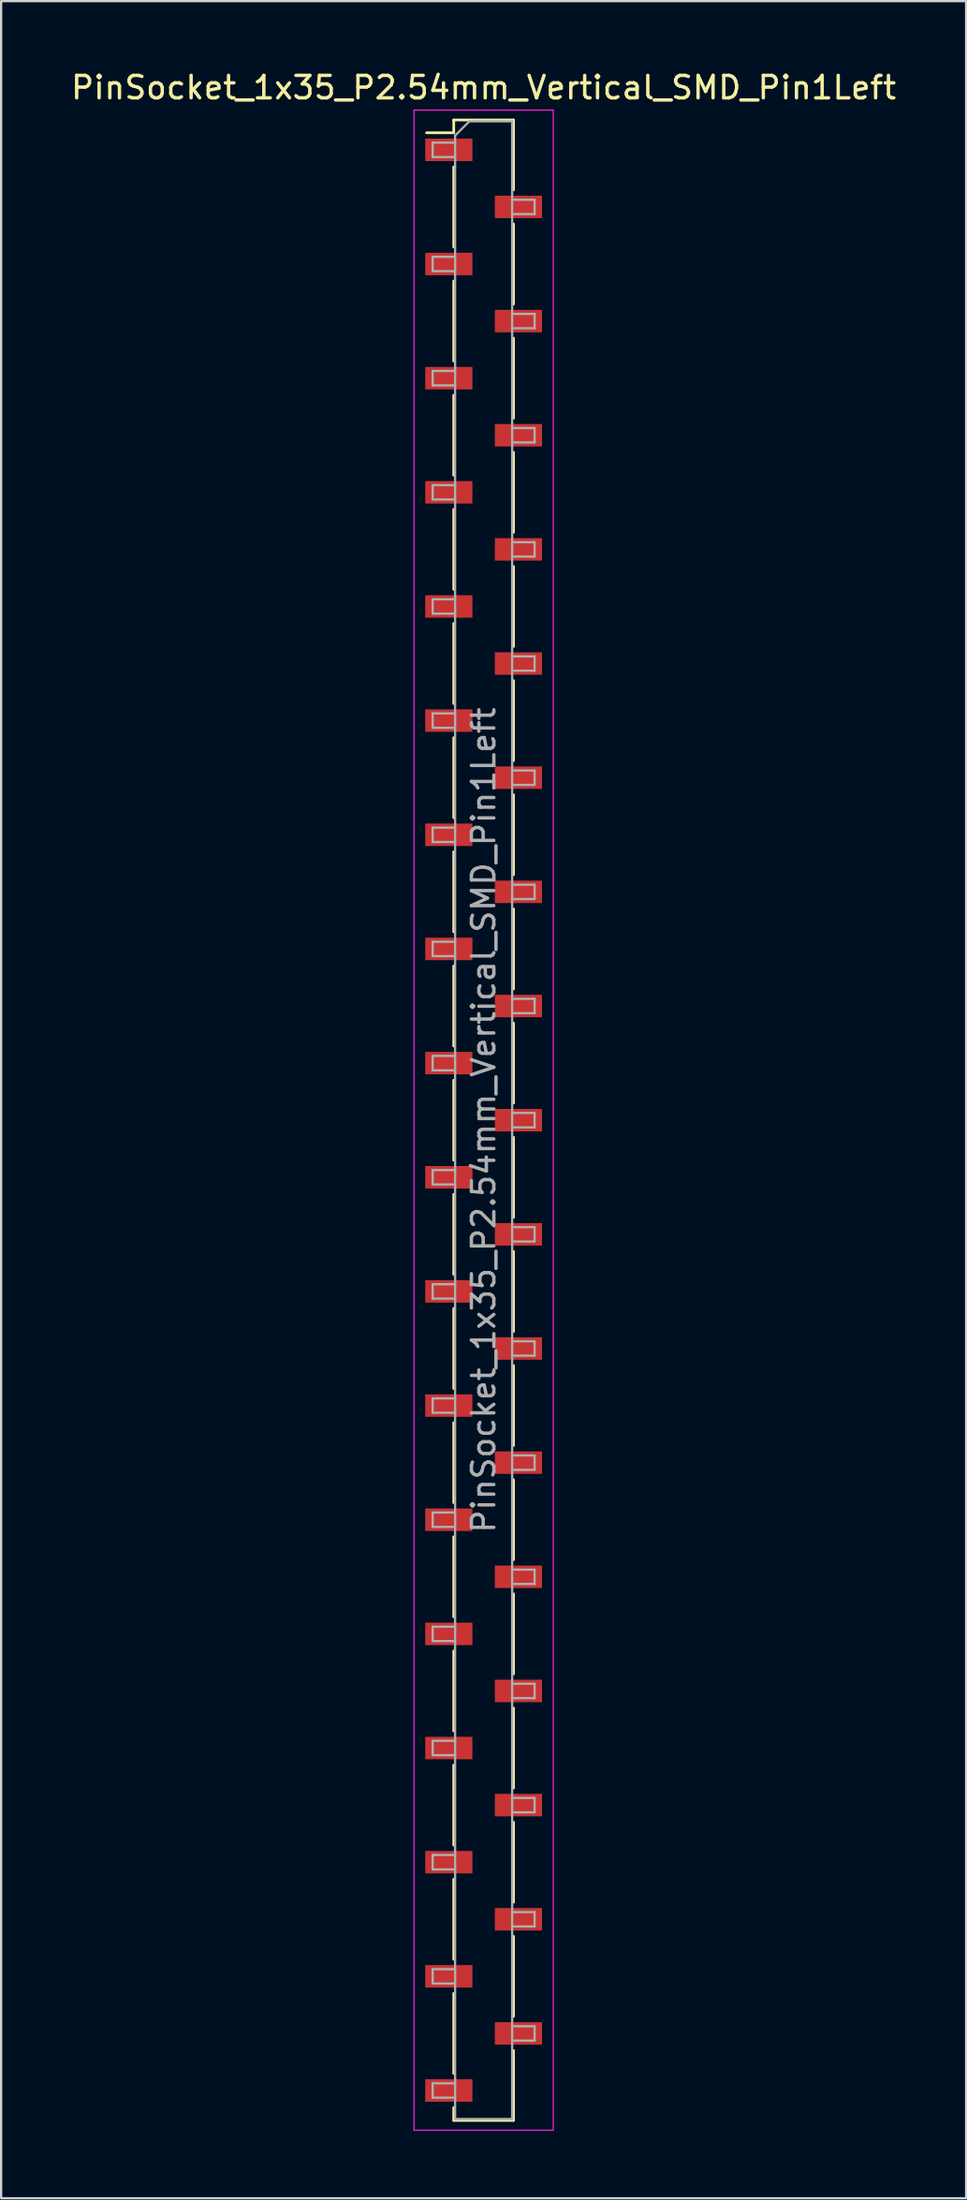
<source format=kicad_pcb>
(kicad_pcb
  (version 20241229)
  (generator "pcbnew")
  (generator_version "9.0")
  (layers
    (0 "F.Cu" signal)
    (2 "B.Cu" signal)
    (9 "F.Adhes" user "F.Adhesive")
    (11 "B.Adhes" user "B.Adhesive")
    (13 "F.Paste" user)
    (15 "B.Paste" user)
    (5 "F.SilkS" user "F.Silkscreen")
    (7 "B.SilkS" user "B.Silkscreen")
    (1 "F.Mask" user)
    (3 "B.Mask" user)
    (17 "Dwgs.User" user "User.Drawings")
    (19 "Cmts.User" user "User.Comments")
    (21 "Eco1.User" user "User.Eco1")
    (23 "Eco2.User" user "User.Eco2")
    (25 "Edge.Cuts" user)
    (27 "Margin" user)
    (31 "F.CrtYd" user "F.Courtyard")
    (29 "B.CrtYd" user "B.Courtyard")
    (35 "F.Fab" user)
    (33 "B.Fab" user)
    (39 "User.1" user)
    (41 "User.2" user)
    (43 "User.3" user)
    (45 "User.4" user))
  (footprint "PinSocket_1x35_P2.54mm_Vertical_SMD_Pin1Left"
    (layer "F.Cu")
    (at 18.482 46.798)
    (property "Reference" "PinSocket_1x35_P2.54mm_Vertical_SMD_Pin1Left" (at 0 -45.95 0) (layer "F.SilkS") (effects (font (size 1 1) (thickness 0.15))))
    (attr smd)
    (fp_line (start -2.54 -43.94) (end -1.33 -43.94) (stroke (width 0.12) (type solid)) (layer "F.SilkS"))
    (fp_line (start -1.33 -44.51) (end -1.33 -43.94) (stroke (width 0.12) (type solid)) (layer "F.SilkS"))
    (fp_line (start -1.33 -44.51) (end 1.33 -44.51) (stroke (width 0.12) (type solid)) (layer "F.SilkS"))
    (fp_line (start -1.33 -42.42) (end -1.33 -38.86) (stroke (width 0.12) (type solid)) (layer "F.SilkS"))
    (fp_line (start -1.33 -37.34) (end -1.33 -33.78) (stroke (width 0.12) (type solid)) (layer "F.SilkS"))
    (fp_line (start -1.33 -32.26) (end -1.33 -28.7) (stroke (width 0.12) (type solid)) (layer "F.SilkS"))
    (fp_line (start -1.33 -27.18) (end -1.33 -23.62) (stroke (width 0.12) (type solid)) (layer "F.SilkS"))
    (fp_line (start -1.33 -22.1) (end -1.33 -18.54) (stroke (width 0.12) (type solid)) (layer "F.SilkS"))
    (fp_line (start -1.33 -17.02) (end -1.33 -13.46) (stroke (width 0.12) (type solid)) (layer "F.SilkS"))
    (fp_line (start -1.33 -11.94) (end -1.33 -8.38) (stroke (width 0.12) (type solid)) (layer "F.SilkS"))
    (fp_line (start -1.33 -6.86) (end -1.33 -3.3) (stroke (width 0.12) (type solid)) (layer "F.SilkS"))
    (fp_line (start -1.33 -1.78) (end -1.33 1.78) (stroke (width 0.12) (type solid)) (layer "F.SilkS"))
    (fp_line (start -1.33 3.3) (end -1.33 6.86) (stroke (width 0.12) (type solid)) (layer "F.SilkS"))
    (fp_line (start -1.33 8.38) (end -1.33 11.94) (stroke (width 0.12) (type solid)) (layer "F.SilkS"))
    (fp_line (start -1.33 13.46) (end -1.33 17.02) (stroke (width 0.12) (type solid)) (layer "F.SilkS"))
    (fp_line (start -1.33 18.54) (end -1.33 22.1) (stroke (width 0.12) (type solid)) (layer "F.SilkS"))
    (fp_line (start -1.33 23.62) (end -1.33 27.18) (stroke (width 0.12) (type solid)) (layer "F.SilkS"))
    (fp_line (start -1.33 28.7) (end -1.33 32.26) (stroke (width 0.12) (type solid)) (layer "F.SilkS"))
    (fp_line (start -1.33 33.78) (end -1.33 37.34) (stroke (width 0.12) (type solid)) (layer "F.SilkS"))
    (fp_line (start -1.33 38.86) (end -1.33 42.42) (stroke (width 0.12) (type solid)) (layer "F.SilkS"))
    (fp_line (start -1.33 43.94) (end -1.33 44.51) (stroke (width 0.12) (type solid)) (layer "F.SilkS"))
    (fp_line (start -1.33 44.51) (end 1.33 44.51) (stroke (width 0.12) (type solid)) (layer "F.SilkS"))
    (fp_line (start 1.33 -44.51) (end 1.33 -41.4) (stroke (width 0.12) (type solid)) (layer "F.SilkS"))
    (fp_line (start 1.33 -39.88) (end 1.33 -36.32) (stroke (width 0.12) (type solid)) (layer "F.SilkS"))
    (fp_line (start 1.33 -34.8) (end 1.33 -31.24) (stroke (width 0.12) (type solid)) (layer "F.SilkS"))
    (fp_line (start 1.33 -29.72) (end 1.33 -26.16) (stroke (width 0.12) (type solid)) (layer "F.SilkS"))
    (fp_line (start 1.33 -24.64) (end 1.33 -21.08) (stroke (width 0.12) (type solid)) (layer "F.SilkS"))
    (fp_line (start 1.33 -19.56) (end 1.33 -16) (stroke (width 0.12) (type solid)) (layer "F.SilkS"))
    (fp_line (start 1.33 -14.48) (end 1.33 -10.92) (stroke (width 0.12) (type solid)) (layer "F.SilkS"))
    (fp_line (start 1.33 -9.4) (end 1.33 -5.84) (stroke (width 0.12) (type solid)) (layer "F.SilkS"))
    (fp_line (start 1.33 -4.32) (end 1.33 -0.76) (stroke (width 0.12) (type solid)) (layer "F.SilkS"))
    (fp_line (start 1.33 0.76) (end 1.33 4.32) (stroke (width 0.12) (type solid)) (layer "F.SilkS"))
    (fp_line (start 1.33 5.84) (end 1.33 9.4) (stroke (width 0.12) (type solid)) (layer "F.SilkS"))
    (fp_line (start 1.33 10.92) (end 1.33 14.48) (stroke (width 0.12) (type solid)) (layer "F.SilkS"))
    (fp_line (start 1.33 16) (end 1.33 19.56) (stroke (width 0.12) (type solid)) (layer "F.SilkS"))
    (fp_line (start 1.33 21.08) (end 1.33 24.64) (stroke (width 0.12) (type solid)) (layer "F.SilkS"))
    (fp_line (start 1.33 26.16) (end 1.33 29.72) (stroke (width 0.12) (type solid)) (layer "F.SilkS"))
    (fp_line (start 1.33 31.24) (end 1.33 34.8) (stroke (width 0.12) (type solid)) (layer "F.SilkS"))
    (fp_line (start 1.33 36.32) (end 1.33 39.88) (stroke (width 0.12) (type solid)) (layer "F.SilkS"))
    (fp_line (start 1.33 41.4) (end 1.33 44.51) (stroke (width 0.12) (type solid)) (layer "F.SilkS"))
    (fp_line (start -3.1 -44.95) (end 3.1 -44.95) (stroke (width 0.05) (type solid)) (layer "F.CrtYd"))
    (fp_line (start -3.1 44.95) (end -3.1 -44.95) (stroke (width 0.05) (type solid)) (layer "F.CrtYd"))
    (fp_line (start 3.1 -44.95) (end 3.1 44.95) (stroke (width 0.05) (type solid)) (layer "F.CrtYd"))
    (fp_line (start 3.1 44.95) (end -3.1 44.95) (stroke (width 0.05) (type solid)) (layer "F.CrtYd"))
    (fp_line (start -2.27 -43.5) (end -1.27 -43.5) (stroke (width 0.1) (type solid)) (layer "F.Fab"))
    (fp_line (start -2.27 -42.86) (end -2.27 -43.5) (stroke (width 0.1) (type solid)) (layer "F.Fab"))
    (fp_line (start -2.27 -38.42) (end -1.27 -38.42) (stroke (width 0.1) (type solid)) (layer "F.Fab"))
    (fp_line (start -2.27 -37.78) (end -2.27 -38.42) (stroke (width 0.1) (type solid)) (layer "F.Fab"))
    (fp_line (start -2.27 -33.34) (end -1.27 -33.34) (stroke (width 0.1) (type solid)) (layer "F.Fab"))
    (fp_line (start -2.27 -32.7) (end -2.27 -33.34) (stroke (width 0.1) (type solid)) (layer "F.Fab"))
    (fp_line (start -2.27 -28.26) (end -1.27 -28.26) (stroke (width 0.1) (type solid)) (layer "F.Fab"))
    (fp_line (start -2.27 -27.62) (end -2.27 -28.26) (stroke (width 0.1) (type solid)) (layer "F.Fab"))
    (fp_line (start -2.27 -23.18) (end -1.27 -23.18) (stroke (width 0.1) (type solid)) (layer "F.Fab"))
    (fp_line (start -2.27 -22.54) (end -2.27 -23.18) (stroke (width 0.1) (type solid)) (layer "F.Fab"))
    (fp_line (start -2.27 -18.1) (end -1.27 -18.1) (stroke (width 0.1) (type solid)) (layer "F.Fab"))
    (fp_line (start -2.27 -17.46) (end -2.27 -18.1) (stroke (width 0.1) (type solid)) (layer "F.Fab"))
    (fp_line (start -2.27 -13.02) (end -1.27 -13.02) (stroke (width 0.1) (type solid)) (layer "F.Fab"))
    (fp_line (start -2.27 -12.38) (end -2.27 -13.02) (stroke (width 0.1) (type solid)) (layer "F.Fab"))
    (fp_line (start -2.27 -7.94) (end -1.27 -7.94) (stroke (width 0.1) (type solid)) (layer "F.Fab"))
    (fp_line (start -2.27 -7.3) (end -2.27 -7.94) (stroke (width 0.1) (type solid)) (layer "F.Fab"))
    (fp_line (start -2.27 -2.86) (end -1.27 -2.86) (stroke (width 0.1) (type solid)) (layer "F.Fab"))
    (fp_line (start -2.27 -2.22) (end -2.27 -2.86) (stroke (width 0.1) (type solid)) (layer "F.Fab"))
    (fp_line (start -2.27 2.22) (end -1.27 2.22) (stroke (width 0.1) (type solid)) (layer "F.Fab"))
    (fp_line (start -2.27 2.86) (end -2.27 2.22) (stroke (width 0.1) (type solid)) (layer "F.Fab"))
    (fp_line (start -2.27 7.3) (end -1.27 7.3) (stroke (width 0.1) (type solid)) (layer "F.Fab"))
    (fp_line (start -2.27 7.94) (end -2.27 7.3) (stroke (width 0.1) (type solid)) (layer "F.Fab"))
    (fp_line (start -2.27 12.38) (end -1.27 12.38) (stroke (width 0.1) (type solid)) (layer "F.Fab"))
    (fp_line (start -2.27 13.02) (end -2.27 12.38) (stroke (width 0.1) (type solid)) (layer "F.Fab"))
    (fp_line (start -2.27 17.46) (end -1.27 17.46) (stroke (width 0.1) (type solid)) (layer "F.Fab"))
    (fp_line (start -2.27 18.1) (end -2.27 17.46) (stroke (width 0.1) (type solid)) (layer "F.Fab"))
    (fp_line (start -2.27 22.54) (end -1.27 22.54) (stroke (width 0.1) (type solid)) (layer "F.Fab"))
    (fp_line (start -2.27 23.18) (end -2.27 22.54) (stroke (width 0.1) (type solid)) (layer "F.Fab"))
    (fp_line (start -2.27 27.62) (end -1.27 27.62) (stroke (width 0.1) (type solid)) (layer "F.Fab"))
    (fp_line (start -2.27 28.26) (end -2.27 27.62) (stroke (width 0.1) (type solid)) (layer "F.Fab"))
    (fp_line (start -2.27 32.7) (end -1.27 32.7) (stroke (width 0.1) (type solid)) (layer "F.Fab"))
    (fp_line (start -2.27 33.34) (end -2.27 32.7) (stroke (width 0.1) (type solid)) (layer "F.Fab"))
    (fp_line (start -2.27 37.78) (end -1.27 37.78) (stroke (width 0.1) (type solid)) (layer "F.Fab"))
    (fp_line (start -2.27 38.42) (end -2.27 37.78) (stroke (width 0.1) (type solid)) (layer "F.Fab"))
    (fp_line (start -2.27 42.86) (end -1.27 42.86) (stroke (width 0.1) (type solid)) (layer "F.Fab"))
    (fp_line (start -2.27 43.5) (end -2.27 42.86) (stroke (width 0.1) (type solid)) (layer "F.Fab"))
    (fp_line (start -1.27 -43.815) (end -0.635 -44.45) (stroke (width 0.1) (type solid)) (layer "F.Fab"))
    (fp_line (start -1.27 -42.86) (end -2.27 -42.86) (stroke (width 0.1) (type solid)) (layer "F.Fab"))
    (fp_line (start -1.27 -37.78) (end -2.27 -37.78) (stroke (width 0.1) (type solid)) (layer "F.Fab"))
    (fp_line (start -1.27 -32.7) (end -2.27 -32.7) (stroke (width 0.1) (type solid)) (layer "F.Fab"))
    (fp_line (start -1.27 -27.62) (end -2.27 -27.62) (stroke (width 0.1) (type solid)) (layer "F.Fab"))
    (fp_line (start -1.27 -22.54) (end -2.27 -22.54) (stroke (width 0.1) (type solid)) (layer "F.Fab"))
    (fp_line (start -1.27 -17.46) (end -2.27 -17.46) (stroke (width 0.1) (type solid)) (layer "F.Fab"))
    (fp_line (start -1.27 -12.38) (end -2.27 -12.38) (stroke (width 0.1) (type solid)) (layer "F.Fab"))
    (fp_line (start -1.27 -7.3) (end -2.27 -7.3) (stroke (width 0.1) (type solid)) (layer "F.Fab"))
    (fp_line (start -1.27 -2.22) (end -2.27 -2.22) (stroke (width 0.1) (type solid)) (layer "F.Fab"))
    (fp_line (start -1.27 2.86) (end -2.27 2.86) (stroke (width 0.1) (type solid)) (layer "F.Fab"))
    (fp_line (start -1.27 7.94) (end -2.27 7.94) (stroke (width 0.1) (type solid)) (layer "F.Fab"))
    (fp_line (start -1.27 13.02) (end -2.27 13.02) (stroke (width 0.1) (type solid)) (layer "F.Fab"))
    (fp_line (start -1.27 18.1) (end -2.27 18.1) (stroke (width 0.1) (type solid)) (layer "F.Fab"))
    (fp_line (start -1.27 23.18) (end -2.27 23.18) (stroke (width 0.1) (type solid)) (layer "F.Fab"))
    (fp_line (start -1.27 28.26) (end -2.27 28.26) (stroke (width 0.1) (type solid)) (layer "F.Fab"))
    (fp_line (start -1.27 33.34) (end -2.27 33.34) (stroke (width 0.1) (type solid)) (layer "F.Fab"))
    (fp_line (start -1.27 38.42) (end -2.27 38.42) (stroke (width 0.1) (type solid)) (layer "F.Fab"))
    (fp_line (start -1.27 43.5) (end -2.27 43.5) (stroke (width 0.1) (type solid)) (layer "F.Fab"))
    (fp_line (start -1.27 44.45) (end -1.27 -43.815) (stroke (width 0.1) (type solid)) (layer "F.Fab"))
    (fp_line (start -0.635 -44.45) (end 1.27 -44.45) (stroke (width 0.1) (type solid)) (layer "F.Fab"))
    (fp_line (start 1.27 -44.45) (end 1.27 44.45) (stroke (width 0.1) (type solid)) (layer "F.Fab"))
    (fp_line (start 1.27 -40.96) (end 2.27 -40.96) (stroke (width 0.1) (type solid)) (layer "F.Fab"))
    (fp_line (start 1.27 -35.88) (end 2.27 -35.88) (stroke (width 0.1) (type solid)) (layer "F.Fab"))
    (fp_line (start 1.27 -30.8) (end 2.27 -30.8) (stroke (width 0.1) (type solid)) (layer "F.Fab"))
    (fp_line (start 1.27 -25.72) (end 2.27 -25.72) (stroke (width 0.1) (type solid)) (layer "F.Fab"))
    (fp_line (start 1.27 -20.64) (end 2.27 -20.64) (stroke (width 0.1) (type solid)) (layer "F.Fab"))
    (fp_line (start 1.27 -15.56) (end 2.27 -15.56) (stroke (width 0.1) (type solid)) (layer "F.Fab"))
    (fp_line (start 1.27 -10.48) (end 2.27 -10.48) (stroke (width 0.1) (type solid)) (layer "F.Fab"))
    (fp_line (start 1.27 -5.4) (end 2.27 -5.4) (stroke (width 0.1) (type solid)) (layer "F.Fab"))
    (fp_line (start 1.27 -0.32) (end 2.27 -0.32) (stroke (width 0.1) (type solid)) (layer "F.Fab"))
    (fp_line (start 1.27 4.76) (end 2.27 4.76) (stroke (width 0.1) (type solid)) (layer "F.Fab"))
    (fp_line (start 1.27 9.84) (end 2.27 9.84) (stroke (width 0.1) (type solid)) (layer "F.Fab"))
    (fp_line (start 1.27 14.92) (end 2.27 14.92) (stroke (width 0.1) (type solid)) (layer "F.Fab"))
    (fp_line (start 1.27 20) (end 2.27 20) (stroke (width 0.1) (type solid)) (layer "F.Fab"))
    (fp_line (start 1.27 25.08) (end 2.27 25.08) (stroke (width 0.1) (type solid)) (layer "F.Fab"))
    (fp_line (start 1.27 30.16) (end 2.27 30.16) (stroke (width 0.1) (type solid)) (layer "F.Fab"))
    (fp_line (start 1.27 35.24) (end 2.27 35.24) (stroke (width 0.1) (type solid)) (layer "F.Fab"))
    (fp_line (start 1.27 40.32) (end 2.27 40.32) (stroke (width 0.1) (type solid)) (layer "F.Fab"))
    (fp_line (start 1.27 44.45) (end -1.27 44.45) (stroke (width 0.1) (type solid)) (layer "F.Fab"))
    (fp_line (start 2.27 -40.96) (end 2.27 -40.32) (stroke (width 0.1) (type solid)) (layer "F.Fab"))
    (fp_line (start 2.27 -40.32) (end 1.27 -40.32) (stroke (width 0.1) (type solid)) (layer "F.Fab"))
    (fp_line (start 2.27 -35.88) (end 2.27 -35.24) (stroke (width 0.1) (type solid)) (layer "F.Fab"))
    (fp_line (start 2.27 -35.24) (end 1.27 -35.24) (stroke (width 0.1) (type solid)) (layer "F.Fab"))
    (fp_line (start 2.27 -30.8) (end 2.27 -30.16) (stroke (width 0.1) (type solid)) (layer "F.Fab"))
    (fp_line (start 2.27 -30.16) (end 1.27 -30.16) (stroke (width 0.1) (type solid)) (layer "F.Fab"))
    (fp_line (start 2.27 -25.72) (end 2.27 -25.08) (stroke (width 0.1) (type solid)) (layer "F.Fab"))
    (fp_line (start 2.27 -25.08) (end 1.27 -25.08) (stroke (width 0.1) (type solid)) (layer "F.Fab"))
    (fp_line (start 2.27 -20.64) (end 2.27 -20) (stroke (width 0.1) (type solid)) (layer "F.Fab"))
    (fp_line (start 2.27 -20) (end 1.27 -20) (stroke (width 0.1) (type solid)) (layer "F.Fab"))
    (fp_line (start 2.27 -15.56) (end 2.27 -14.92) (stroke (width 0.1) (type solid)) (layer "F.Fab"))
    (fp_line (start 2.27 -14.92) (end 1.27 -14.92) (stroke (width 0.1) (type solid)) (layer "F.Fab"))
    (fp_line (start 2.27 -10.48) (end 2.27 -9.84) (stroke (width 0.1) (type solid)) (layer "F.Fab"))
    (fp_line (start 2.27 -9.84) (end 1.27 -9.84) (stroke (width 0.1) (type solid)) (layer "F.Fab"))
    (fp_line (start 2.27 -5.4) (end 2.27 -4.76) (stroke (width 0.1) (type solid)) (layer "F.Fab"))
    (fp_line (start 2.27 -4.76) (end 1.27 -4.76) (stroke (width 0.1) (type solid)) (layer "F.Fab"))
    (fp_line (start 2.27 -0.32) (end 2.27 0.32) (stroke (width 0.1) (type solid)) (layer "F.Fab"))
    (fp_line (start 2.27 0.32) (end 1.27 0.32) (stroke (width 0.1) (type solid)) (layer "F.Fab"))
    (fp_line (start 2.27 4.76) (end 2.27 5.4) (stroke (width 0.1) (type solid)) (layer "F.Fab"))
    (fp_line (start 2.27 5.4) (end 1.27 5.4) (stroke (width 0.1) (type solid)) (layer "F.Fab"))
    (fp_line (start 2.27 9.84) (end 2.27 10.48) (stroke (width 0.1) (type solid)) (layer "F.Fab"))
    (fp_line (start 2.27 10.48) (end 1.27 10.48) (stroke (width 0.1) (type solid)) (layer "F.Fab"))
    (fp_line (start 2.27 14.92) (end 2.27 15.56) (stroke (width 0.1) (type solid)) (layer "F.Fab"))
    (fp_line (start 2.27 15.56) (end 1.27 15.56) (stroke (width 0.1) (type solid)) (layer "F.Fab"))
    (fp_line (start 2.27 20) (end 2.27 20.64) (stroke (width 0.1) (type solid)) (layer "F.Fab"))
    (fp_line (start 2.27 20.64) (end 1.27 20.64) (stroke (width 0.1) (type solid)) (layer "F.Fab"))
    (fp_line (start 2.27 25.08) (end 2.27 25.72) (stroke (width 0.1) (type solid)) (layer "F.Fab"))
    (fp_line (start 2.27 25.72) (end 1.27 25.72) (stroke (width 0.1) (type solid)) (layer "F.Fab"))
    (fp_line (start 2.27 30.16) (end 2.27 30.8) (stroke (width 0.1) (type solid)) (layer "F.Fab"))
    (fp_line (start 2.27 30.8) (end 1.27 30.8) (stroke (width 0.1) (type solid)) (layer "F.Fab"))
    (fp_line (start 2.27 35.24) (end 2.27 35.88) (stroke (width 0.1) (type solid)) (layer "F.Fab"))
    (fp_line (start 2.27 35.88) (end 1.27 35.88) (stroke (width 0.1) (type solid)) (layer "F.Fab"))
    (fp_line (start 2.27 40.32) (end 2.27 40.96) (stroke (width 0.1) (type solid)) (layer "F.Fab"))
    (fp_line (start 2.27 40.96) (end 1.27 40.96) (stroke (width 0.1) (type solid)) (layer "F.Fab"))
    (fp_text user "${REFERENCE}" (at 0 0 90) (layer "F.Fab") (effects (font (size 1 1) (thickness 0.15))))
    (pad "1" smd rect (at -1.55 -43.18) (size 2.1 1) (layers "F.Cu" "F.Mask" "F.Paste"))
    (pad "2" smd rect (at 1.55 -40.64) (size 2.1 1) (layers "F.Cu" "F.Mask" "F.Paste"))
    (pad "3" smd rect (at -1.55 -38.1) (size 2.1 1) (layers "F.Cu" "F.Mask" "F.Paste"))
    (pad "4" smd rect (at 1.55 -35.56) (size 2.1 1) (layers "F.Cu" "F.Mask" "F.Paste"))
    (pad "5" smd rect (at -1.55 -33.02) (size 2.1 1) (layers "F.Cu" "F.Mask" "F.Paste"))
    (pad "6" smd rect (at 1.55 -30.48) (size 2.1 1) (layers "F.Cu" "F.Mask" "F.Paste"))
    (pad "7" smd rect (at -1.55 -27.94) (size 2.1 1) (layers "F.Cu" "F.Mask" "F.Paste"))
    (pad "8" smd rect (at 1.55 -25.4) (size 2.1 1) (layers "F.Cu" "F.Mask" "F.Paste"))
    (pad "9" smd rect (at -1.55 -22.86) (size 2.1 1) (layers "F.Cu" "F.Mask" "F.Paste"))
    (pad "10" smd rect (at 1.55 -20.32) (size 2.1 1) (layers "F.Cu" "F.Mask" "F.Paste"))
    (pad "11" smd rect (at -1.55 -17.78) (size 2.1 1) (layers "F.Cu" "F.Mask" "F.Paste"))
    (pad "12" smd rect (at 1.55 -15.24) (size 2.1 1) (layers "F.Cu" "F.Mask" "F.Paste"))
    (pad "13" smd rect (at -1.55 -12.7) (size 2.1 1) (layers "F.Cu" "F.Mask" "F.Paste"))
    (pad "14" smd rect (at 1.55 -10.16) (size 2.1 1) (layers "F.Cu" "F.Mask" "F.Paste"))
    (pad "15" smd rect (at -1.55 -7.62) (size 2.1 1) (layers "F.Cu" "F.Mask" "F.Paste"))
    (pad "16" smd rect (at 1.55 -5.08) (size 2.1 1) (layers "F.Cu" "F.Mask" "F.Paste"))
    (pad "17" smd rect (at -1.55 -2.54) (size 2.1 1) (layers "F.Cu" "F.Mask" "F.Paste"))
    (pad "18" smd rect (at 1.55 0) (size 2.1 1) (layers "F.Cu" "F.Mask" "F.Paste"))
    (pad "19" smd rect (at -1.55 2.54) (size 2.1 1) (layers "F.Cu" "F.Mask" "F.Paste"))
    (pad "20" smd rect (at 1.55 5.08) (size 2.1 1) (layers "F.Cu" "F.Mask" "F.Paste"))
    (pad "21" smd rect (at -1.55 7.62) (size 2.1 1) (layers "F.Cu" "F.Mask" "F.Paste"))
    (pad "22" smd rect (at 1.55 10.16) (size 2.1 1) (layers "F.Cu" "F.Mask" "F.Paste"))
    (pad "23" smd rect (at -1.55 12.7) (size 2.1 1) (layers "F.Cu" "F.Mask" "F.Paste"))
    (pad "24" smd rect (at 1.55 15.24) (size 2.1 1) (layers "F.Cu" "F.Mask" "F.Paste"))
    (pad "25" smd rect (at -1.55 17.78) (size 2.1 1) (layers "F.Cu" "F.Mask" "F.Paste"))
    (pad "26" smd rect (at 1.55 20.32) (size 2.1 1) (layers "F.Cu" "F.Mask" "F.Paste"))
    (pad "27" smd rect (at -1.55 22.86) (size 2.1 1) (layers "F.Cu" "F.Mask" "F.Paste"))
    (pad "28" smd rect (at 1.55 25.4) (size 2.1 1) (layers "F.Cu" "F.Mask" "F.Paste"))
    (pad "29" smd rect (at -1.55 27.94) (size 2.1 1) (layers "F.Cu" "F.Mask" "F.Paste"))
    (pad "30" smd rect (at 1.55 30.48) (size 2.1 1) (layers "F.Cu" "F.Mask" "F.Paste"))
    (pad "31" smd rect (at -1.55 33.02) (size 2.1 1) (layers "F.Cu" "F.Mask" "F.Paste"))
    (pad "32" smd rect (at 1.55 35.56) (size 2.1 1) (layers "F.Cu" "F.Mask" "F.Paste"))
    (pad "33" smd rect (at -1.55 38.1) (size 2.1 1) (layers "F.Cu" "F.Mask" "F.Paste"))
    (pad "34" smd rect (at 1.55 40.64) (size 2.1 1) (layers "F.Cu" "F.Mask" "F.Paste"))
    (pad "35" smd rect (at -1.55 43.18) (size 2.1 1) (layers "F.Cu" "F.Mask" "F.Paste")))
  (gr_rect
    (start -3 -3)
    (end 39.964 94.773)
    (stroke (width 0.1) (type default))
    (fill no)
    (layer "Edge.Cuts")))
</source>
